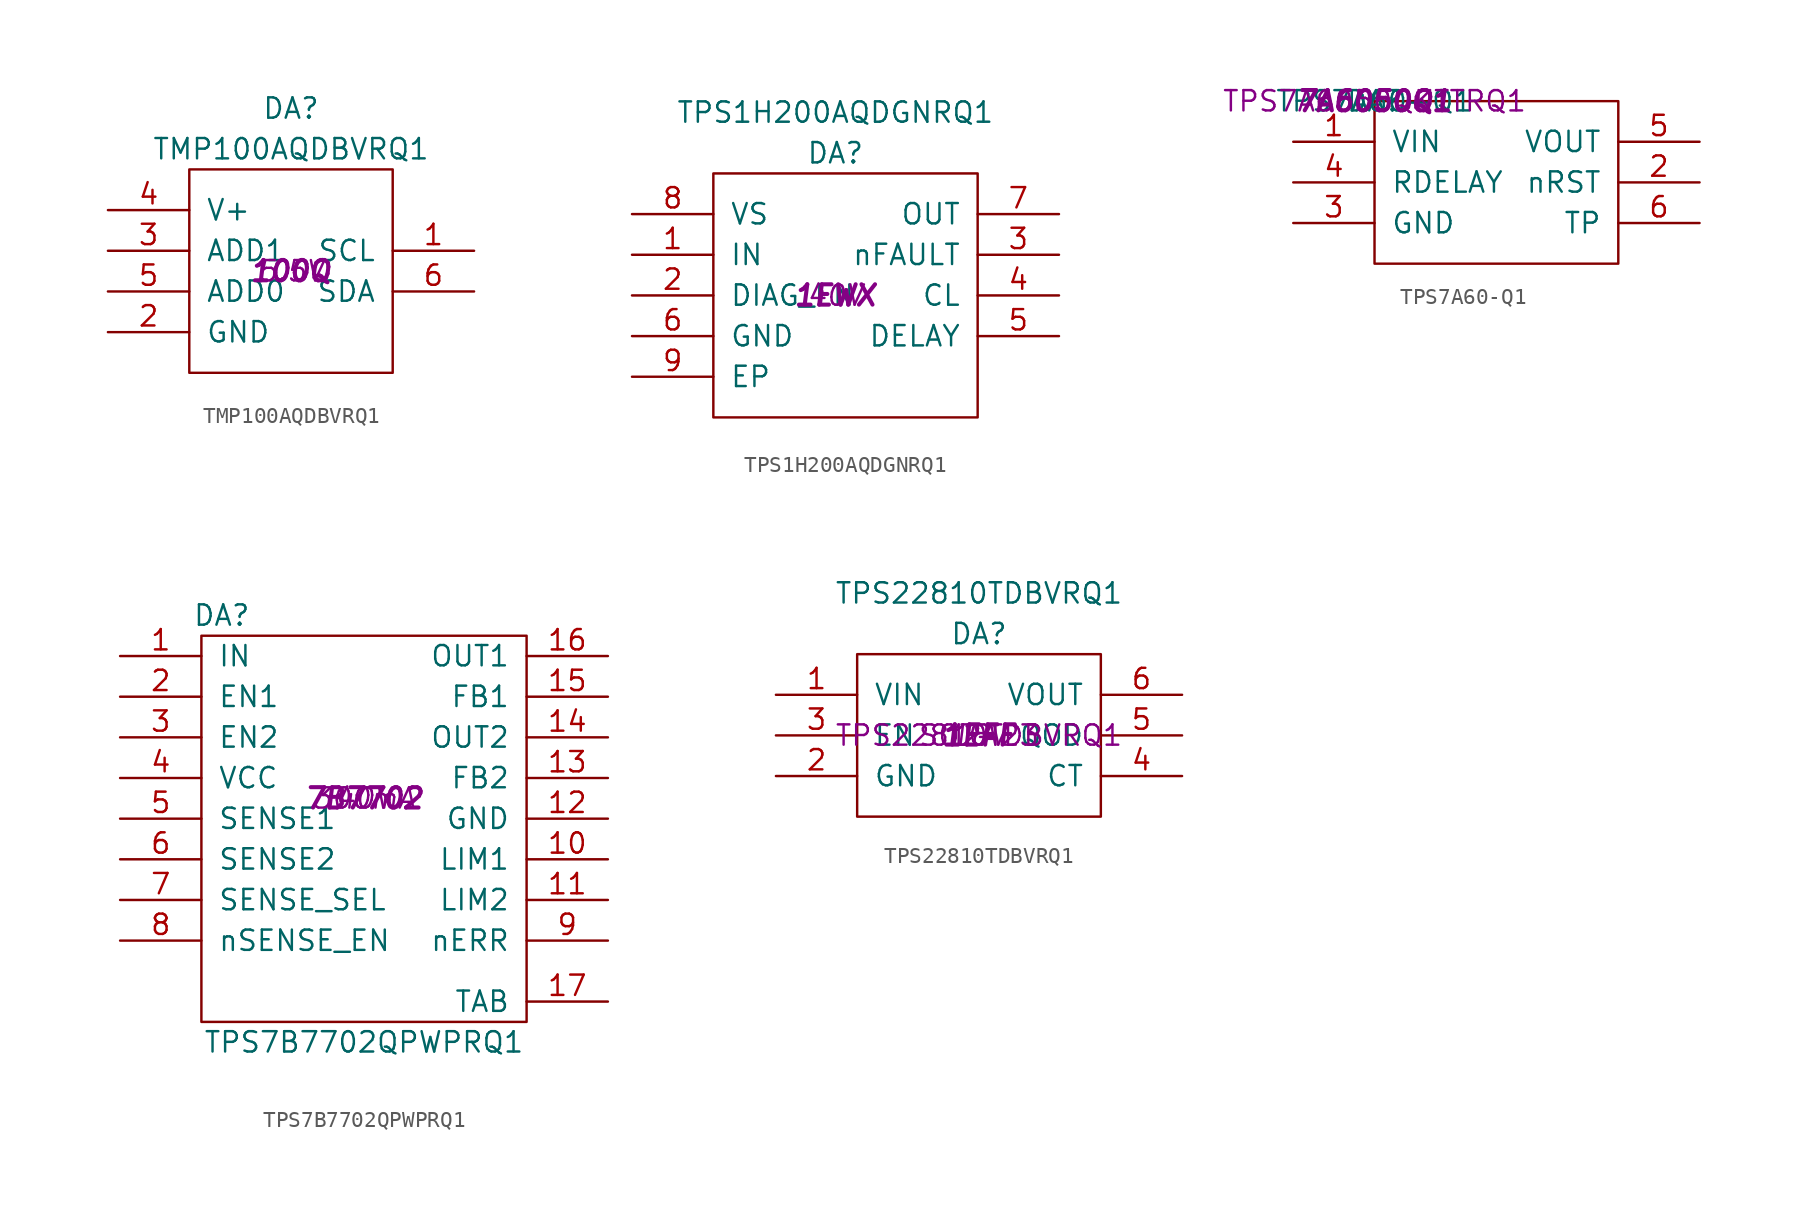
<source format=kicad_sym>
(kicad_symbol_lib
  (version 20211014)
  (generator kicad_symbol_editor)
  (symbol "TMP100AQDBVRQ1"
    (pin_names
      (offset 1.016))
    (property "Reference" "DA"
      (at 0 10.16 0)
      (effects (font (size 1.27 1.27))))
    (property "Value" "TMP100AQDBVRQ1"
      (at 0 7.62 0)
      (effects (font (size 1.27 1.27))))
    (property "Mark" "100Q"
      (at 0 0 0)
      (effects (font (size 1.27 1.27) bold italic)))
    (property "Vmax" "5.5V"
      (at 0 0 0)
      (effects (font (size 1.27 1.27) italic)))
    (symbol "TMP100AQDBVRQ1_0_1"
      (rectangle (start -6.35 6.35) (end 6.35 -6.35) (stroke (width 0) (type default) (color 0 0 0 0)) (fill (type none))))
    (symbol "TMP100AQDBVRQ1_1_1"
      (pin passive line (at 11.43 1.27 180) (length 5.08) (name "SCL" (effects (font (size 1.27 1.27)))) (number "1" (effects (font (size 1.27 1.27)))))
      (pin passive line (at -11.43 -3.81 0) (length 5.08) (name "GND" (effects (font (size 1.27 1.27)))) (number "2" (effects (font (size 1.27 1.27)))))
      (pin passive line (at -11.43 1.27 0) (length 5.08) (name "ADD1" (effects (font (size 1.27 1.27)))) (number "3" (effects (font (size 1.27 1.27)))))
      (pin passive line (at -11.43 3.81 0) (length 5.08) (name "V+" (effects (font (size 1.27 1.27)))) (number "4" (effects (font (size 1.27 1.27)))))
      (pin passive line (at -11.43 -1.27 0) (length 5.08) (name "ADD0" (effects (font (size 1.27 1.27)))) (number "5" (effects (font (size 1.27 1.27)))))
      (pin passive line (at 11.43 -1.27 180) (length 5.08) (name "SDA" (effects (font (size 1.27 1.27)))) (number "6" (effects (font (size 1.27 1.27)))))))
  (symbol "TPS1H200AQDGNRQ1"
    (pin_names
      (offset 1.016))
    (property "Reference" "DA"
      (at 0 8.89 0)
      (effects (font (size 1.27 1.27))))
    (property "Value" "TPS1H200AQDGNRQ1"
      (at 0 11.43 0)
      (effects (font (size 1.27 1.27))))
    (property "Mark" "1EWX"
      (at 0 0 0)
      (effects (font (size 1.27 1.27) bold italic)))
    (property "Vmax" "40V"
      (at 0 0 0)
      (effects (font (size 1.27 1.27) italic)))
    (symbol "TPS1H200AQDGNRQ1_0_1"
      (rectangle (start -7.62 7.62) (end 8.89 -7.62) (stroke (width 0) (type default) (color 0 0 0 0)) (fill (type none))))
    (symbol "TPS1H200AQDGNRQ1_1_1"
      (pin passive line (at -12.7 2.54 0) (length 5.08) (name "IN" (effects (font (size 1.27 1.27)))) (number "1" (effects (font (size 1.27 1.27)))))
      (pin passive line (at -12.7 0 0) (length 5.08) (name "DIAG_EN" (effects (font (size 1.27 1.27)))) (number "2" (effects (font (size 1.27 1.27)))))
      (pin passive line (at 13.97 2.54 180) (length 5.08) (name "nFAULT" (effects (font (size 1.27 1.27)))) (number "3" (effects (font (size 1.27 1.27)))))
      (pin passive line (at 13.97 0 180) (length 5.08) (name "CL" (effects (font (size 1.27 1.27)))) (number "4" (effects (font (size 1.27 1.27)))))
      (pin passive line (at 13.97 -2.54 180) (length 5.08) (name "DELAY" (effects (font (size 1.27 1.27)))) (number "5" (effects (font (size 1.27 1.27)))))
      (pin passive line (at -12.7 -2.54 0) (length 5.08) (name "GND" (effects (font (size 1.27 1.27)))) (number "6" (effects (font (size 1.27 1.27)))))
      (pin passive line (at 13.97 5.08 180) (length 5.08) (name "OUT" (effects (font (size 1.27 1.27)))) (number "7" (effects (font (size 1.27 1.27)))))
      (pin passive line (at -12.7 5.08 0) (length 5.08) (name "VS" (effects (font (size 1.27 1.27)))) (number "8" (effects (font (size 1.27 1.27)))))
      (pin passive line (at -12.7 -5.08 0) (length 5.08) (name "EP" (effects (font (size 1.27 1.27)))) (number "9" (effects (font (size 1.27 1.27)))))))
  (symbol "TPS7A60-Q1"
    (pin_names
      (offset 1.016))
    (property "Reference" "DA"
      (at 0 0 0)
      (effects (font (size 1.27 1.27))))
    (property "Value" "TPS7A60-Q1"
      (at 0 0 0)
      (effects (font (size 1.27 1.27))))
    (property "p/n" "TPS7A6050QKTTRQ1"
      (at 0 0 0)
      (effects (font (size 1.27 1.27))))
    (property "Mark" "7A6050Q1"
      (at 0 0 0)
      (effects (font (size 1.27 1.27) bold italic)))
    (symbol "TPS7A60-Q1_0_1"
      (rectangle (start 0 0) (end 15.24 -10.16) (stroke (width 0) (type default) (color 0 0 0 0)) (fill (type none))))
    (symbol "TPS7A60-Q1_1_1"
      (pin passive line (at -5.08 -2.54 0) (length 5.08) (name "VIN" (effects (font (size 1.27 1.27)))) (number "1" (effects (font (size 1.27 1.27)))))
      (pin passive line (at 20.32 -5.08 180) (length 5.08) (name "nRST" (effects (font (size 1.27 1.27)))) (number "2" (effects (font (size 1.27 1.27)))))
      (pin passive line (at -5.08 -7.62 0) (length 5.08) (name "GND" (effects (font (size 1.27 1.27)))) (number "3" (effects (font (size 1.27 1.27)))))
      (pin passive line (at -5.08 -5.08 0) (length 5.08) (name "RDELAY" (effects (font (size 1.27 1.27)))) (number "4" (effects (font (size 1.27 1.27)))))
      (pin passive line (at 20.32 -2.54 180) (length 5.08) (name "VOUT" (effects (font (size 1.27 1.27)))) (number "5" (effects (font (size 1.27 1.27)))))
      (pin passive line (at 20.32 -7.62 180) (length 5.08) (name "TP" (effects (font (size 1.27 1.27)))) (number "6" (effects (font (size 1.27 1.27)))))))
  (symbol "TPS7B7702QPWPRQ1"
    (pin_names
      (offset 1.016))
    (property "Reference" "DA"
      (at -8.89 11.43 0)
      (effects (font (size 1.27 1.27))))
    (property "Value" "TPS7B7702QPWPRQ1"
      (at 0 -15.24 0)
      (effects (font (size 1.27 1.27))))
    (property "Mark" "7B7702"
      (at 0 0 0)
      (effects (font (size 1.27 1.27) bold italic)))
    (property "Vmax" "40V"
      (at 0 0 0)
      (effects (font (size 1.27 1.27) italic)))
    (property "Imax" "300mA"
      (at 0 0 0)
      (effects (font (size 1.27 1.27) italic)))
    (symbol "TPS7B7702QPWPRQ1_0_1"
      (rectangle (start -10.16 10.16) (end 10.16 -13.97) (stroke (width 0) (type default) (color 0 0 0 0)) (fill (type none))))
    (symbol "TPS7B7702QPWPRQ1_1_1"
      (pin passive line (at -15.24 8.89 0) (length 5.08) (name "IN" (effects (font (size 1.27 1.27)))) (number "1" (effects (font (size 1.27 1.27)))))
      (pin passive line (at 15.24 -3.81 180) (length 5.08) (name "LIM1" (effects (font (size 1.27 1.27)))) (number "10" (effects (font (size 1.27 1.27)))))
      (pin passive line (at 15.24 -6.35 180) (length 5.08) (name "LIM2" (effects (font (size 1.27 1.27)))) (number "11" (effects (font (size 1.27 1.27)))))
      (pin passive line (at 15.24 -1.27 180) (length 5.08) (name "GND" (effects (font (size 1.27 1.27)))) (number "12" (effects (font (size 1.27 1.27)))))
      (pin passive line (at 15.24 1.27 180) (length 5.08) (name "FB2" (effects (font (size 1.27 1.27)))) (number "13" (effects (font (size 1.27 1.27)))))
      (pin passive line (at 15.24 3.81 180) (length 5.08) (name "OUT2" (effects (font (size 1.27 1.27)))) (number "14" (effects (font (size 1.27 1.27)))))
      (pin passive line (at 15.24 6.35 180) (length 5.08) (name "FB1" (effects (font (size 1.27 1.27)))) (number "15" (effects (font (size 1.27 1.27)))))
      (pin passive line (at 15.24 8.89 180) (length 5.08) (name "OUT1" (effects (font (size 1.27 1.27)))) (number "16" (effects (font (size 1.27 1.27)))))
      (pin passive line (at 15.24 -12.7 180) (length 5.08) (name "TAB" (effects (font (size 1.27 1.27)))) (number "17" (effects (font (size 1.27 1.27)))))
      (pin passive line (at -15.24 6.35 0) (length 5.08) (name "EN1" (effects (font (size 1.27 1.27)))) (number "2" (effects (font (size 1.27 1.27)))))
      (pin passive line (at -15.24 3.81 0) (length 5.08) (name "EN2" (effects (font (size 1.27 1.27)))) (number "3" (effects (font (size 1.27 1.27)))))
      (pin passive line (at -15.24 1.27 0) (length 5.08) (name "VCC" (effects (font (size 1.27 1.27)))) (number "4" (effects (font (size 1.27 1.27)))))
      (pin passive line (at -15.24 -1.27 0) (length 5.08) (name "SENSE1" (effects (font (size 1.27 1.27)))) (number "5" (effects (font (size 1.27 1.27)))))
      (pin passive line (at -15.24 -3.81 0) (length 5.08) (name "SENSE2" (effects (font (size 1.27 1.27)))) (number "6" (effects (font (size 1.27 1.27)))))
      (pin passive line (at -15.24 -6.35 0) (length 5.08) (name "SENSE_SEL" (effects (font (size 1.27 1.27)))) (number "7" (effects (font (size 1.27 1.27)))))
      (pin passive line (at -15.24 -8.89 0) (length 5.08) (name "nSENSE_EN" (effects (font (size 1.27 1.27)))) (number "8" (effects (font (size 1.27 1.27)))))
      (pin passive line (at 15.24 -8.89 180) (length 5.08) (name "nERR" (effects (font (size 1.27 1.27)))) (number "9" (effects (font (size 1.27 1.27)))))))
  (symbol "TPS22810TDBVRQ1"
    (pin_names
      (offset 1.016))
    (property "Reference" "DA"
      (at 0 6.35 0)
      (effects (font (size 1.27 1.27))))
    (property "Value" "TPS22810TDBVRQ1"
      (at 0 8.89 0)
      (effects (font (size 1.27 1.27))))
    (property "p/n" "TPS22810TDBVRQ1"
      (at 0 0 0)
      (effects (font (size 1.27 1.27))))
    (property "Vmax" "18V"
      (at 0 0 0)
      (effects (font (size 1.27 1.27) italic)))
    (property "Imax" "2A"
      (at 0 0 0)
      (effects (font (size 1.27 1.27) italic)))
    (property "Mark" "1EFF"
      (at 0 0 0)
      (effects (font (size 1.27 1.27) bold italic)))
    (property "Case" "SOT-23"
      (at 0 0 0)
      (effects (font (size 1.27 1.27))))
    (symbol "TPS22810TDBVRQ1_0_1"
      (rectangle (start -7.62 5.08) (end 7.62 -5.08) (stroke (width 0) (type default) (color 0 0 0 0)) (fill (type none))))
    (symbol "TPS22810TDBVRQ1_1_1"
      (pin passive line (at -12.7 2.54 0) (length 5.08) (name "VIN" (effects (font (size 1.27 1.27)))) (number "1" (effects (font (size 1.27 1.27)))))
      (pin passive line (at -12.7 -2.54 0) (length 5.08) (name "GND" (effects (font (size 1.27 1.27)))) (number "2" (effects (font (size 1.27 1.27)))))
      (pin passive line (at -12.7 0 0) (length 5.08) (name "EN" (effects (font (size 1.27 1.27)))) (number "3" (effects (font (size 1.27 1.27)))))
      (pin passive line (at 12.7 -2.54 180) (length 5.08) (name "CT" (effects (font (size 1.27 1.27)))) (number "4" (effects (font (size 1.27 1.27)))))
      (pin passive line (at 12.7 0 180) (length 5.08) (name "QOD" (effects (font (size 1.27 1.27)))) (number "5" (effects (font (size 1.27 1.27)))))
      (pin passive line (at 12.7 2.54 180) (length 5.08) (name "VOUT" (effects (font (size 1.27 1.27)))) (number "6" (effects (font (size 1.27 1.27))))))))
</source>
